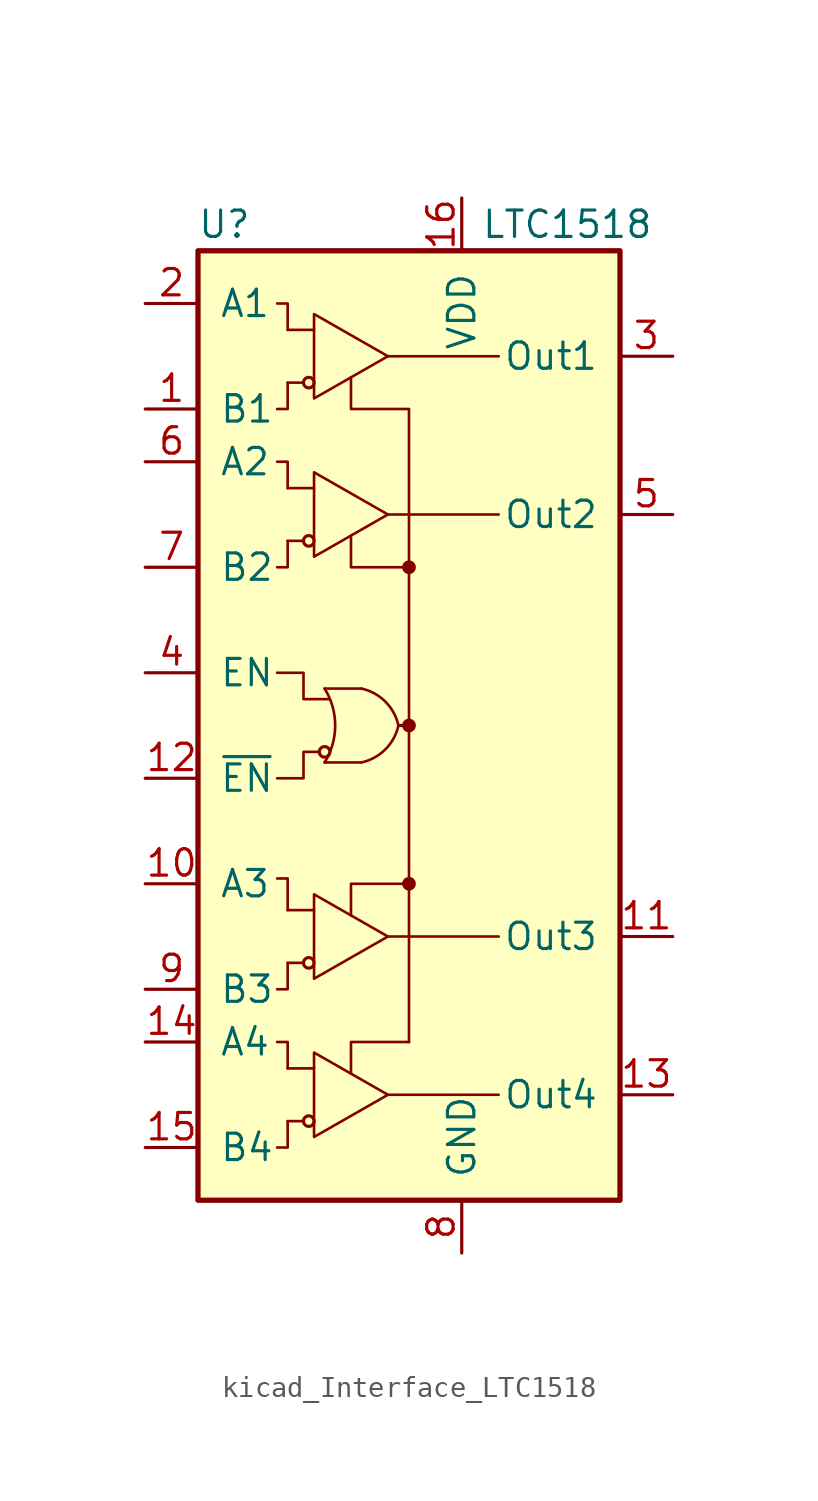
<source format=kicad_sym>
(kicad_symbol_lib
  (version 20220914)
  (generator kicad_symbol_editor)
  (symbol "kicad_Interface_LTC1518"
    (pin_names
      (offset 1.016))
    (property "Reference" "U"
      (at -8.89 24.13 0)
      (effects (font (size 1.27 1.27))))
    (property "Value" "LTC1518"
      (at 7.62 24.13 0)
      (effects (font (size 1.27 1.27))))
    (symbol "kicad_Interface_LTC1518_0_1"
      (rectangle (start -10.16 22.86) (end 10.16 -22.86) (stroke (width 0.254) (type default)) (fill (type background)))
      (circle (center -4.826 16.51) (radius 0.254) (stroke (width 0) (type default)) (fill (type none)))
      (arc (start -4.064 -1.778) (mid -3.5541 0) (end -4.064 1.778) (stroke (width 0.127) (type default)) (fill (type none)))
      (circle (center -4.064 -1.27) (radius 0.254) (stroke (width 0) (type default)) (fill (type none)))
      (arc (start -2.286 -1.778) (mid -1.1381 -1.1479) (end -0.508 0) (stroke (width 0.127) (type default)) (fill (type none)))
      (arc (start -0.508 0) (mid -1.1381 1.1479) (end -2.286 1.778) (stroke (width 0.127) (type default)) (fill (type none)))
      (circle (center 0 -7.62) (radius 0.254) (stroke (width 0) (type default)) (fill (type outline)))
      (polyline (pts (xy -5.842 16.51) (xy -5.08 16.51)) (stroke (width 0.127) (type default)) (fill (type none)))
      (polyline (pts (xy -5.842 19.05) (xy -4.572 19.05)) (stroke (width 0.127) (type default)) (fill (type none)))
      (polyline (pts (xy -4.064 -1.778) (xy -2.286 -1.778)) (stroke (width 0.127) (type default)) (fill (type none)))
      (polyline (pts (xy -2.286 1.778) (xy -4.064 1.778)) (stroke (width 0.127) (type default)) (fill (type none)))
      (polyline (pts (xy -1.016 -17.78) (xy 4.318 -17.78)) (stroke (width 0.127) (type default)) (fill (type none)))
      (polyline (pts (xy -1.016 -10.16) (xy 4.318 -10.16)) (stroke (width 0.127) (type default)) (fill (type none)))
      (polyline (pts (xy -1.016 10.16) (xy 4.318 10.16)) (stroke (width 0.127) (type default)) (fill (type none)))
      (polyline (pts (xy -1.016 17.78) (xy 4.318 17.78)) (stroke (width 0.127) (type default)) (fill (type none)))
      (polyline (pts (xy -0.508 0) (xy 0 0)) (stroke (width 0) (type default)) (fill (type none)))
      (polyline (pts (xy 0 0) (xy 0 -15.24)) (stroke (width 0.127) (type default)) (fill (type none)))
      (polyline (pts (xy 0 7.62) (xy 0 0)) (stroke (width 0.127) (type default)) (fill (type none)))
      (polyline (pts (xy -5.842 -19.05) (xy -5.842 -20.32) (xy -6.35 -20.32)) (stroke (width 0.127) (type default)) (fill (type none)))
      (polyline (pts (xy -5.842 -16.51) (xy -5.842 -15.24) (xy -6.35 -15.24)) (stroke (width 0.127) (type default)) (fill (type none)))
      (polyline (pts (xy -5.842 -11.43) (xy -5.842 -12.7) (xy -6.35 -12.7)) (stroke (width 0.127) (type default)) (fill (type none)))
      (polyline (pts (xy -5.842 -8.89) (xy -5.842 -7.366) (xy -6.35 -7.366)) (stroke (width 0.127) (type default)) (fill (type none)))
      (polyline (pts (xy -5.842 8.89) (xy -5.842 7.62) (xy -6.35 7.62)) (stroke (width 0.127) (type default)) (fill (type none)))
      (polyline (pts (xy -5.842 11.43) (xy -5.842 12.7) (xy -6.35 12.7)) (stroke (width 0.127) (type default)) (fill (type none)))
      (polyline (pts (xy -5.842 19.05) (xy -5.842 20.32) (xy -6.35 20.32)) (stroke (width 0.127) (type default)) (fill (type none)))
      (polyline (pts (xy 0 -15.24) (xy -2.794 -15.24) (xy -2.794 -16.764)) (stroke (width 0.127) (type default)) (fill (type none)))
      (polyline (pts (xy 0 -7.62) (xy -2.794 -7.62) (xy -2.794 -9.144)) (stroke (width 0.127) (type default)) (fill (type none)))
      (polyline (pts (xy 0 7.62) (xy -2.794 7.62) (xy -2.794 9.144)) (stroke (width 0.127) (type default)) (fill (type none)))
      (polyline (pts (xy -6.35 2.54) (xy -5.08 2.54) (xy -5.08 1.27) (xy -3.81 1.27)) (stroke (width 0.127) (type default)) (fill (type none)))
      (polyline (pts (xy -5.842 16.51) (xy -5.842 15.24) (xy -6.096 15.24) (xy -6.35 15.24)) (stroke (width 0.127) (type default)) (fill (type none)))
      (polyline (pts (xy -4.572 19.812) (xy -4.572 15.748) (xy -1.016 17.78) (xy -4.572 19.812)) (stroke (width 0.127) (type default)) (fill (type none)))
      (polyline (pts (xy -4.318 -1.27) (xy -5.08 -1.27) (xy -5.08 -2.54) (xy -6.35 -2.54)) (stroke (width 0.127) (type default)) (fill (type none)))
      (polyline (pts (xy 0 7.62) (xy 0 15.24) (xy -2.794 15.24) (xy -2.794 16.764)) (stroke (width 0.127) (type default)) (fill (type none)))
      (circle (center 0 0) (radius 0.254) (stroke (width 0) (type default)) (fill (type outline)))
      (circle (center 0 7.62) (radius 0.254) (stroke (width 0) (type default)) (fill (type outline))))
    (symbol "kicad_Interface_LTC1518_1_1"
      (circle (center -4.826 -19.05) (radius 0.254) (stroke (width 0) (type default)) (fill (type none)))
      (circle (center -4.826 -11.43) (radius 0.254) (stroke (width 0) (type default)) (fill (type none)))
      (circle (center -4.826 8.89) (radius 0.254) (stroke (width 0) (type default)) (fill (type none)))
      (polyline (pts (xy -5.842 -19.05) (xy -5.08 -19.05)) (stroke (width 0.127) (type default)) (fill (type none)))
      (polyline (pts (xy -5.842 -16.51) (xy -4.572 -16.51)) (stroke (width 0.127) (type default)) (fill (type none)))
      (polyline (pts (xy -5.842 -11.43) (xy -5.08 -11.43)) (stroke (width 0.127) (type default)) (fill (type none)))
      (polyline (pts (xy -5.842 -8.89) (xy -4.572 -8.89)) (stroke (width 0.127) (type default)) (fill (type none)))
      (polyline (pts (xy -5.842 8.89) (xy -5.08 8.89)) (stroke (width 0.127) (type default)) (fill (type none)))
      (polyline (pts (xy -5.842 11.43) (xy -4.572 11.43)) (stroke (width 0.127) (type default)) (fill (type none)))
      (polyline (pts (xy -4.572 -15.748) (xy -4.572 -19.812) (xy -1.016 -17.78) (xy -4.572 -15.748)) (stroke (width 0.127) (type default)) (fill (type none)))
      (polyline (pts (xy -4.572 -8.128) (xy -4.572 -12.192) (xy -1.016 -10.16) (xy -4.572 -8.128)) (stroke (width 0.127) (type default)) (fill (type none)))
      (polyline (pts (xy -4.572 12.192) (xy -4.572 8.128) (xy -1.016 10.16) (xy -4.572 12.192)) (stroke (width 0.127) (type default)) (fill (type none)))
      (pin input line (at -12.7 15.24 0) (length 2.54) (name "B1" (effects (font (size 1.27 1.27)))) (number "1" (effects (font (size 1.27 1.27)))))
      (pin input line (at -12.7 -7.62 0) (length 2.54) (name "A3" (effects (font (size 1.27 1.27)))) (number "10" (effects (font (size 1.27 1.27)))))
      (pin tri_state line (at 12.7 -10.16 180) (length 2.54) (name "Out3" (effects (font (size 1.27 1.27)))) (number "11" (effects (font (size 1.27 1.27)))))
      (pin input line (at -12.7 -2.54 0) (length 2.54) (name "~{EN}" (effects (font (size 1.27 1.27)))) (number "12" (effects (font (size 1.27 1.27)))))
      (pin tri_state line (at 12.7 -17.78 180) (length 2.54) (name "Out4" (effects (font (size 1.27 1.27)))) (number "13" (effects (font (size 1.27 1.27)))))
      (pin input line (at -12.7 -15.24 0) (length 2.54) (name "A4" (effects (font (size 1.27 1.27)))) (number "14" (effects (font (size 1.27 1.27)))))
      (pin input line (at -12.7 -20.32 0) (length 2.54) (name "B4" (effects (font (size 1.27 1.27)))) (number "15" (effects (font (size 1.27 1.27)))))
      (pin power_in line (at 2.54 25.4 270) (length 2.54) (name "VDD" (effects (font (size 1.27 1.27)))) (number "16" (effects (font (size 1.27 1.27)))))
      (pin input line (at -12.7 20.32 0) (length 2.54) (name "A1" (effects (font (size 1.27 1.27)))) (number "2" (effects (font (size 1.27 1.27)))))
      (pin tri_state line (at 12.7 17.78 180) (length 2.54) (name "Out1" (effects (font (size 1.27 1.27)))) (number "3" (effects (font (size 1.27 1.27)))))
      (pin input line (at -12.7 2.54 0) (length 2.54) (name "EN" (effects (font (size 1.27 1.27)))) (number "4" (effects (font (size 1.27 1.27)))))
      (pin tri_state line (at 12.7 10.16 180) (length 2.54) (name "Out2" (effects (font (size 1.27 1.27)))) (number "5" (effects (font (size 1.27 1.27)))))
      (pin input line (at -12.7 12.7 0) (length 2.54) (name "A2" (effects (font (size 1.27 1.27)))) (number "6" (effects (font (size 1.27 1.27)))))
      (pin input line (at -12.7 7.62 0) (length 2.54) (name "B2" (effects (font (size 1.27 1.27)))) (number "7" (effects (font (size 1.27 1.27)))))
      (pin power_in line (at 2.54 -25.4 90) (length 2.54) (name "GND" (effects (font (size 1.27 1.27)))) (number "8" (effects (font (size 1.27 1.27)))))
      (pin input line (at -12.7 -12.7 0) (length 2.54) (name "B3" (effects (font (size 1.27 1.27)))) (number "9" (effects (font (size 1.27 1.27))))))))
</source>
